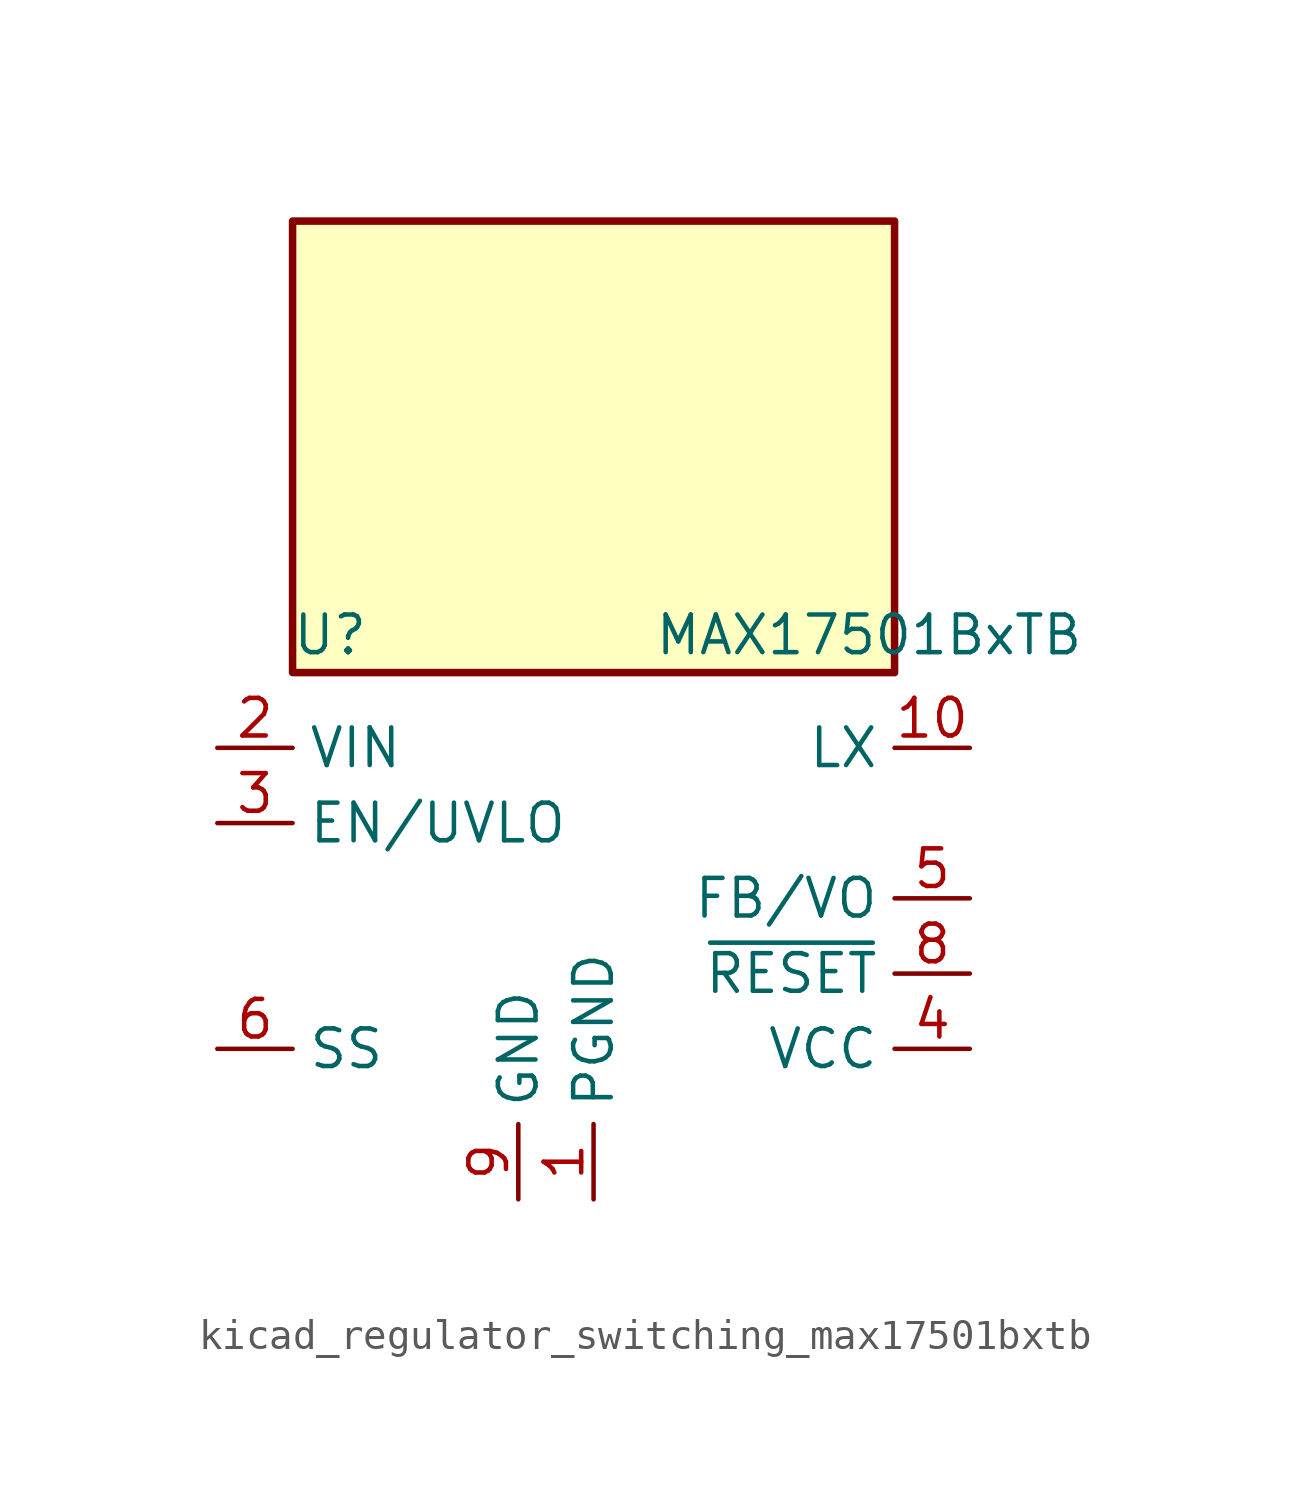
<source format=kicad_sym>
(kicad_symbol_lib
  (version 20220914)
  (generator kicad_symbol_editor)
  (symbol "kicad_regulator_switching_max17501bxtb"
    (property "Reference" "U"
      (at -8.89 8.89 0)
      (effects (font (size 1.27 1.27))))
    (property "Value" "MAX17501BxTB"
      (at 2.032 8.89 0)
      (effects (font (size 1.27 1.27)) (justify left)))
    (symbol "kicad_regulator_switching_max17501bxtb_0_1"
      (rectangle (start 10.16 22.86) (end -10.16 7.62) (stroke (width 0.254) (type default)) (fill (type background))))
    (symbol "kicad_regulator_switching_max17501bxtb_1_1"
      (pin power_in line (at 0 -10.16 90) (length 2.54) (name "PGND" (effects (font (size 1.27 1.27)))) (number "1" (effects (font (size 1.27 1.27)))))
      (pin power_out line (at 12.7 5.08 180) (length 2.54) (name "LX" (effects (font (size 1.27 1.27)))) (number "10" (effects (font (size 1.27 1.27)))))
      (pin passive line (at -2.54 -10.16 90) (length 2.54) hide (name "GND" (effects (font (size 1.27 1.27)))) (number "11" (effects (font (size 1.27 1.27)))))
      (pin power_in line (at -12.7 5.08 0) (length 2.54) (name "VIN" (effects (font (size 1.27 1.27)))) (number "2" (effects (font (size 1.27 1.27)))))
      (pin input line (at -12.7 2.54 0) (length 2.54) (name "EN/UVLO" (effects (font (size 1.27 1.27)))) (number "3" (effects (font (size 1.27 1.27)))))
      (pin power_out line (at 12.7 -5.08 180) (length 2.54) (name "VCC" (effects (font (size 1.27 1.27)))) (number "4" (effects (font (size 1.27 1.27)))))
      (pin input line (at 12.7 0 180) (length 2.54) (name "FB/VO" (effects (font (size 1.27 1.27)))) (number "5" (effects (font (size 1.27 1.27)))))
      (pin passive line (at -12.7 -5.08 0) (length 2.54) (name "SS" (effects (font (size 1.27 1.27)))) (number "6" (effects (font (size 1.27 1.27)))))
      (pin no_connect line (at -10.16 -2.54 0) (length 2.54) hide (name "NC" (effects (font (size 1.27 1.27)))) (number "7" (effects (font (size 1.27 1.27)))))
      (pin open_collector line (at 12.7 -2.54 180) (length 2.54) (name "~{RESET}" (effects (font (size 1.27 1.27)))) (number "8" (effects (font (size 1.27 1.27)))))
      (pin power_in line (at -2.54 -10.16 90) (length 2.54) (name "GND" (effects (font (size 1.27 1.27)))) (number "9" (effects (font (size 1.27 1.27))))))))
</source>
